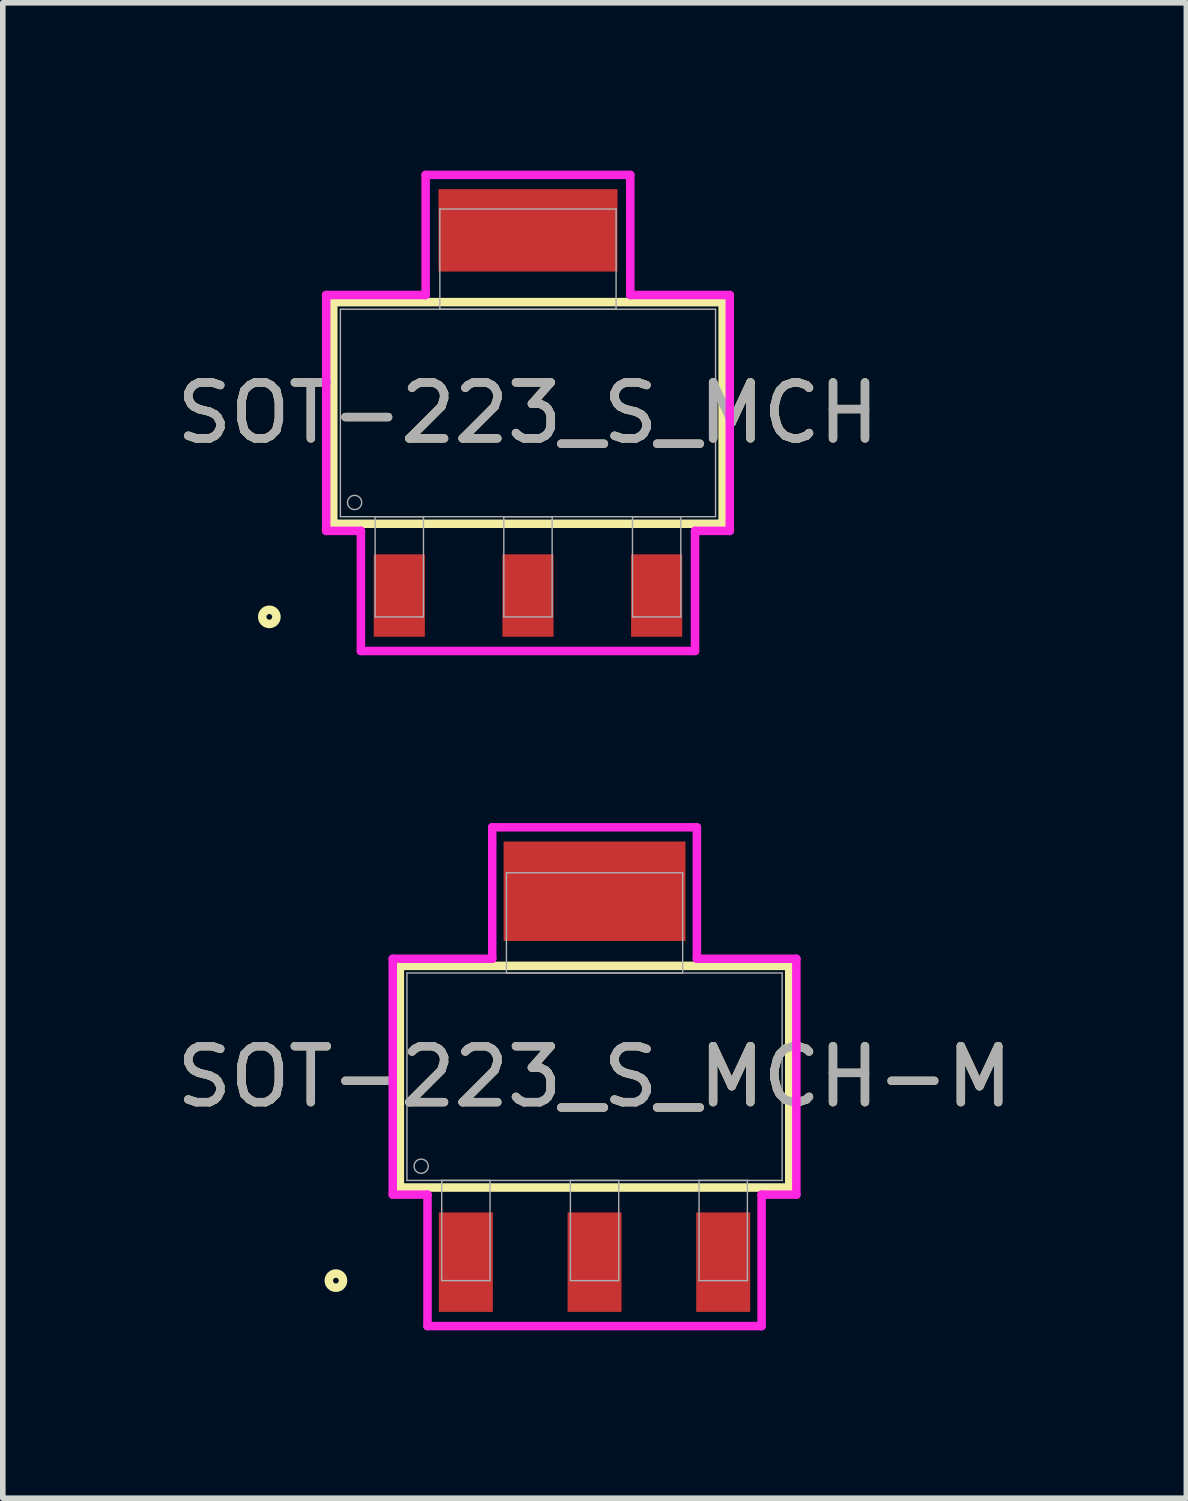
<source format=kicad_pcb>
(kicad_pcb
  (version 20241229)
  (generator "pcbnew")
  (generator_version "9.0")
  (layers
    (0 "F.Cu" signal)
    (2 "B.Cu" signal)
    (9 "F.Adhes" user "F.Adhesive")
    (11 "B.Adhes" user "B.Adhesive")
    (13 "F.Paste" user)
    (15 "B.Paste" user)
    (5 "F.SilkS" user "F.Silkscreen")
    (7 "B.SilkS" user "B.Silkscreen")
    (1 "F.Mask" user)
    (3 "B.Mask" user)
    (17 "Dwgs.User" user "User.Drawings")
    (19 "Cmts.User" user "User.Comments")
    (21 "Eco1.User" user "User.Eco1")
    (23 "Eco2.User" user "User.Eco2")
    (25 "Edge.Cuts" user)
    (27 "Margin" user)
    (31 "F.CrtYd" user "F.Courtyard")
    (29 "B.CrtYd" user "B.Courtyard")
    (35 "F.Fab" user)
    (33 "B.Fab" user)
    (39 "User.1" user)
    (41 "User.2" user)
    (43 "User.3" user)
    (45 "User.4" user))
  (footprint "SOT-223_S_MCH"
    (layer "F.Cu")
    (at 6.387 4.331)
    (property "Reference" "SOT-223_S_MCH" (at 0 0 0) (unlocked yes) (layer "F.SilkS") (effects (font (size 1 1) (thickness 0.15))))
    (attr smd)
    (fp_line (start -3.48 -1.981) (end -3.48 1.981) (stroke (width 0.152) (type solid)) (layer "F.SilkS"))
    (fp_line (start -3.48 1.981) (end 3.48 1.981) (stroke (width 0.152) (type solid)) (layer "F.SilkS"))
    (fp_line (start 3.48 -1.981) (end -3.48 -1.981) (stroke (width 0.152) (type solid)) (layer "F.SilkS"))
    (fp_line (start 3.48 1.981) (end 3.48 -1.981) (stroke (width 0.152) (type solid)) (layer "F.SilkS"))
    (fp_circle (center -4.623 3.645) (end -4.496 3.645) (stroke (width 0.152) (type solid)) (fill no) (layer "F.SilkS"))
    (fp_line (start -3.607 -2.108) (end -1.829 -2.108) (stroke (width 0.152) (type solid)) (layer "F.CrtYd"))
    (fp_line (start -3.607 2.108) (end -3.607 -2.108) (stroke (width 0.152) (type solid)) (layer "F.CrtYd"))
    (fp_line (start -2.986 2.108) (end -3.607 2.108) (stroke (width 0.152) (type solid)) (layer "F.CrtYd"))
    (fp_line (start -2.986 4.255) (end -2.986 2.108) (stroke (width 0.152) (type solid)) (layer "F.CrtYd"))
    (fp_line (start -1.829 -4.255) (end 1.829 -4.255) (stroke (width 0.152) (type solid)) (layer "F.CrtYd"))
    (fp_line (start -1.829 -2.108) (end -1.829 -4.255) (stroke (width 0.152) (type solid)) (layer "F.CrtYd"))
    (fp_line (start 1.829 -4.255) (end 1.829 -2.108) (stroke (width 0.152) (type solid)) (layer "F.CrtYd"))
    (fp_line (start 1.829 -2.108) (end 3.607 -2.108) (stroke (width 0.152) (type solid)) (layer "F.CrtYd"))
    (fp_line (start 2.986 2.108) (end 2.986 4.255) (stroke (width 0.152) (type solid)) (layer "F.CrtYd"))
    (fp_line (start 2.986 4.255) (end -2.986 4.255) (stroke (width 0.152) (type solid)) (layer "F.CrtYd"))
    (fp_line (start 3.607 -2.108) (end 3.607 2.108) (stroke (width 0.152) (type solid)) (layer "F.CrtYd"))
    (fp_line (start 3.607 2.108) (end 2.986 2.108) (stroke (width 0.152) (type solid)) (layer "F.CrtYd"))
    (fp_line (start -3.353 -1.854) (end -3.353 1.854) (stroke (width 0.025) (type solid)) (layer "F.Fab"))
    (fp_line (start -3.353 1.854) (end 3.353 1.854) (stroke (width 0.025) (type solid)) (layer "F.Fab"))
    (fp_line (start -2.732 1.854) (end -2.732 3.645) (stroke (width 0.025) (type solid)) (layer "F.Fab"))
    (fp_line (start -2.732 3.645) (end -1.868 3.645) (stroke (width 0.025) (type solid)) (layer "F.Fab"))
    (fp_line (start -1.868 1.854) (end -2.732 1.854) (stroke (width 0.025) (type solid)) (layer "F.Fab"))
    (fp_line (start -1.868 3.645) (end -1.868 1.854) (stroke (width 0.025) (type solid)) (layer "F.Fab"))
    (fp_line (start -1.575 -3.645) (end -1.575 -1.854) (stroke (width 0.025) (type solid)) (layer "F.Fab"))
    (fp_line (start -1.575 -1.854) (end 1.575 -1.854) (stroke (width 0.025) (type solid)) (layer "F.Fab"))
    (fp_line (start -0.432 1.854) (end -0.432 3.645) (stroke (width 0.025) (type solid)) (layer "F.Fab"))
    (fp_line (start -0.432 3.645) (end 0.432 3.645) (stroke (width 0.025) (type solid)) (layer "F.Fab"))
    (fp_line (start 0.432 1.854) (end -0.432 1.854) (stroke (width 0.025) (type solid)) (layer "F.Fab"))
    (fp_line (start 0.432 3.645) (end 0.432 1.854) (stroke (width 0.025) (type solid)) (layer "F.Fab"))
    (fp_line (start 1.575 -3.645) (end -1.575 -3.645) (stroke (width 0.025) (type solid)) (layer "F.Fab"))
    (fp_line (start 1.575 -1.854) (end 1.575 -3.645) (stroke (width 0.025) (type solid)) (layer "F.Fab"))
    (fp_line (start 1.868 1.854) (end 1.868 3.645) (stroke (width 0.025) (type solid)) (layer "F.Fab"))
    (fp_line (start 1.868 3.645) (end 2.732 3.645) (stroke (width 0.025) (type solid)) (layer "F.Fab"))
    (fp_line (start 2.732 1.854) (end 1.868 1.854) (stroke (width 0.025) (type solid)) (layer "F.Fab"))
    (fp_line (start 2.732 3.645) (end 2.732 1.854) (stroke (width 0.025) (type solid)) (layer "F.Fab"))
    (fp_line (start 3.353 -1.854) (end -3.353 -1.854) (stroke (width 0.025) (type solid)) (layer "F.Fab"))
    (fp_line (start 3.353 1.854) (end 3.353 -1.854) (stroke (width 0.025) (type solid)) (layer "F.Fab"))
    (fp_circle (center -3.099 1.6) (end -2.972 1.6) (stroke (width 0.025) (type solid)) (fill no) (layer "F.Fab"))
    (fp_text user "${REFERENCE}" (at 0 0 0) (unlocked yes) (layer "F.Fab") (effects (font (size 1 1) (thickness 0.15))))
    (pad "1" smd rect (at -2.3 3.264) (size 0.914 1.473) (layers "F.Cu" "F.Mask" "F.Paste"))
    (pad "2" smd rect (at 0 3.264) (size 0.914 1.473) (layers "F.Cu" "F.Mask" "F.Paste"))
    (pad "3" smd rect (at 2.3 3.264) (size 0.914 1.473) (layers "F.Cu" "F.Mask" "F.Paste"))
    (pad "4" smd rect (at 0 -3.264) (size 3.2 1.473) (layers "F.Cu" "F.Mask" "F.Paste")))
  (footprint "SOT-223_S_MCH-M"
    (layer "F.Cu")
    (at 7.577 16.195)
    (property "Reference" "SOT-223_S_MCH-M" (at 0 0 0) (unlocked yes) (layer "F.SilkS") (effects (font (size 1 1) (thickness 0.15))))
    (attr smd)
    (fp_line (start -3.48 -1.981) (end -3.48 1.981) (stroke (width 0.152) (type solid)) (layer "F.SilkS"))
    (fp_line (start -3.48 1.981) (end 3.48 1.981) (stroke (width 0.152) (type solid)) (layer "F.SilkS"))
    (fp_line (start 3.48 -1.981) (end -3.48 -1.981) (stroke (width 0.152) (type solid)) (layer "F.SilkS"))
    (fp_line (start 3.48 1.981) (end 3.48 -1.981) (stroke (width 0.152) (type solid)) (layer "F.SilkS"))
    (fp_circle (center -4.623 3.645) (end -4.496 3.645) (stroke (width 0.152) (type solid)) (fill no) (layer "F.SilkS"))
    (fp_line (start -3.607 -2.108) (end -1.829 -2.108) (stroke (width 0.152) (type solid)) (layer "F.CrtYd"))
    (fp_line (start -3.607 2.108) (end -3.607 -2.108) (stroke (width 0.152) (type solid)) (layer "F.CrtYd"))
    (fp_line (start -2.986 2.108) (end -3.607 2.108) (stroke (width 0.152) (type solid)) (layer "F.CrtYd"))
    (fp_line (start -2.986 4.458) (end -2.986 2.108) (stroke (width 0.152) (type solid)) (layer "F.CrtYd"))
    (fp_line (start -1.829 -4.458) (end 1.829 -4.458) (stroke (width 0.152) (type solid)) (layer "F.CrtYd"))
    (fp_line (start -1.829 -2.108) (end -1.829 -4.458) (stroke (width 0.152) (type solid)) (layer "F.CrtYd"))
    (fp_line (start 1.829 -4.458) (end 1.829 -2.108) (stroke (width 0.152) (type solid)) (layer "F.CrtYd"))
    (fp_line (start 1.829 -2.108) (end 3.607 -2.108) (stroke (width 0.152) (type solid)) (layer "F.CrtYd"))
    (fp_line (start 2.986 2.108) (end 2.986 4.458) (stroke (width 0.152) (type solid)) (layer "F.CrtYd"))
    (fp_line (start 2.986 4.458) (end -2.986 4.458) (stroke (width 0.152) (type solid)) (layer "F.CrtYd"))
    (fp_line (start 3.607 -2.108) (end 3.607 2.108) (stroke (width 0.152) (type solid)) (layer "F.CrtYd"))
    (fp_line (start 3.607 2.108) (end 2.986 2.108) (stroke (width 0.152) (type solid)) (layer "F.CrtYd"))
    (fp_line (start -3.353 -1.854) (end -3.353 1.854) (stroke (width 0.025) (type solid)) (layer "F.Fab"))
    (fp_line (start -3.353 1.854) (end 3.353 1.854) (stroke (width 0.025) (type solid)) (layer "F.Fab"))
    (fp_line (start -2.732 1.854) (end -2.732 3.645) (stroke (width 0.025) (type solid)) (layer "F.Fab"))
    (fp_line (start -2.732 3.645) (end -1.868 3.645) (stroke (width 0.025) (type solid)) (layer "F.Fab"))
    (fp_line (start -1.868 1.854) (end -2.732 1.854) (stroke (width 0.025) (type solid)) (layer "F.Fab"))
    (fp_line (start -1.868 3.645) (end -1.868 1.854) (stroke (width 0.025) (type solid)) (layer "F.Fab"))
    (fp_line (start -1.575 -3.645) (end -1.575 -1.854) (stroke (width 0.025) (type solid)) (layer "F.Fab"))
    (fp_line (start -1.575 -1.854) (end 1.575 -1.854) (stroke (width 0.025) (type solid)) (layer "F.Fab"))
    (fp_line (start -0.432 1.854) (end -0.432 3.645) (stroke (width 0.025) (type solid)) (layer "F.Fab"))
    (fp_line (start -0.432 3.645) (end 0.432 3.645) (stroke (width 0.025) (type solid)) (layer "F.Fab"))
    (fp_line (start 0.432 1.854) (end -0.432 1.854) (stroke (width 0.025) (type solid)) (layer "F.Fab"))
    (fp_line (start 0.432 3.645) (end 0.432 1.854) (stroke (width 0.025) (type solid)) (layer "F.Fab"))
    (fp_line (start 1.575 -3.645) (end -1.575 -3.645) (stroke (width 0.025) (type solid)) (layer "F.Fab"))
    (fp_line (start 1.575 -1.854) (end 1.575 -3.645) (stroke (width 0.025) (type solid)) (layer "F.Fab"))
    (fp_line (start 1.868 1.854) (end 1.868 3.645) (stroke (width 0.025) (type solid)) (layer "F.Fab"))
    (fp_line (start 1.868 3.645) (end 2.732 3.645) (stroke (width 0.025) (type solid)) (layer "F.Fab"))
    (fp_line (start 2.732 1.854) (end 1.868 1.854) (stroke (width 0.025) (type solid)) (layer "F.Fab"))
    (fp_line (start 2.732 3.645) (end 2.732 1.854) (stroke (width 0.025) (type solid)) (layer "F.Fab"))
    (fp_line (start 3.353 -1.854) (end -3.353 -1.854) (stroke (width 0.025) (type solid)) (layer "F.Fab"))
    (fp_line (start 3.353 1.854) (end 3.353 -1.854) (stroke (width 0.025) (type solid)) (layer "F.Fab"))
    (fp_circle (center -3.099 1.6) (end -2.972 1.6) (stroke (width 0.025) (type solid)) (fill no) (layer "F.Fab"))
    (fp_text user "${REFERENCE}" (at 0 0 0) (unlocked yes) (layer "F.Fab") (effects (font (size 1 1) (thickness 0.15))))
    (pad "1" smd rect (at -2.3 3.315) (size 0.965 1.778) (layers "F.Cu" "F.Mask" "F.Paste"))
    (pad "2" smd rect (at 0 3.315) (size 0.965 1.778) (layers "F.Cu" "F.Mask" "F.Paste"))
    (pad "3" smd rect (at 2.3 3.315) (size 0.965 1.778) (layers "F.Cu" "F.Mask" "F.Paste"))
    (pad "4" smd rect (at 0 -3.315) (size 3.251 1.778) (layers "F.Cu" "F.Mask" "F.Paste")))
  (gr_rect
    (start -3 -3)
    (end 18.155 23.729)
    (stroke (width 0.1) (type default))
    (fill no)
    (layer "Edge.Cuts")))
</source>
